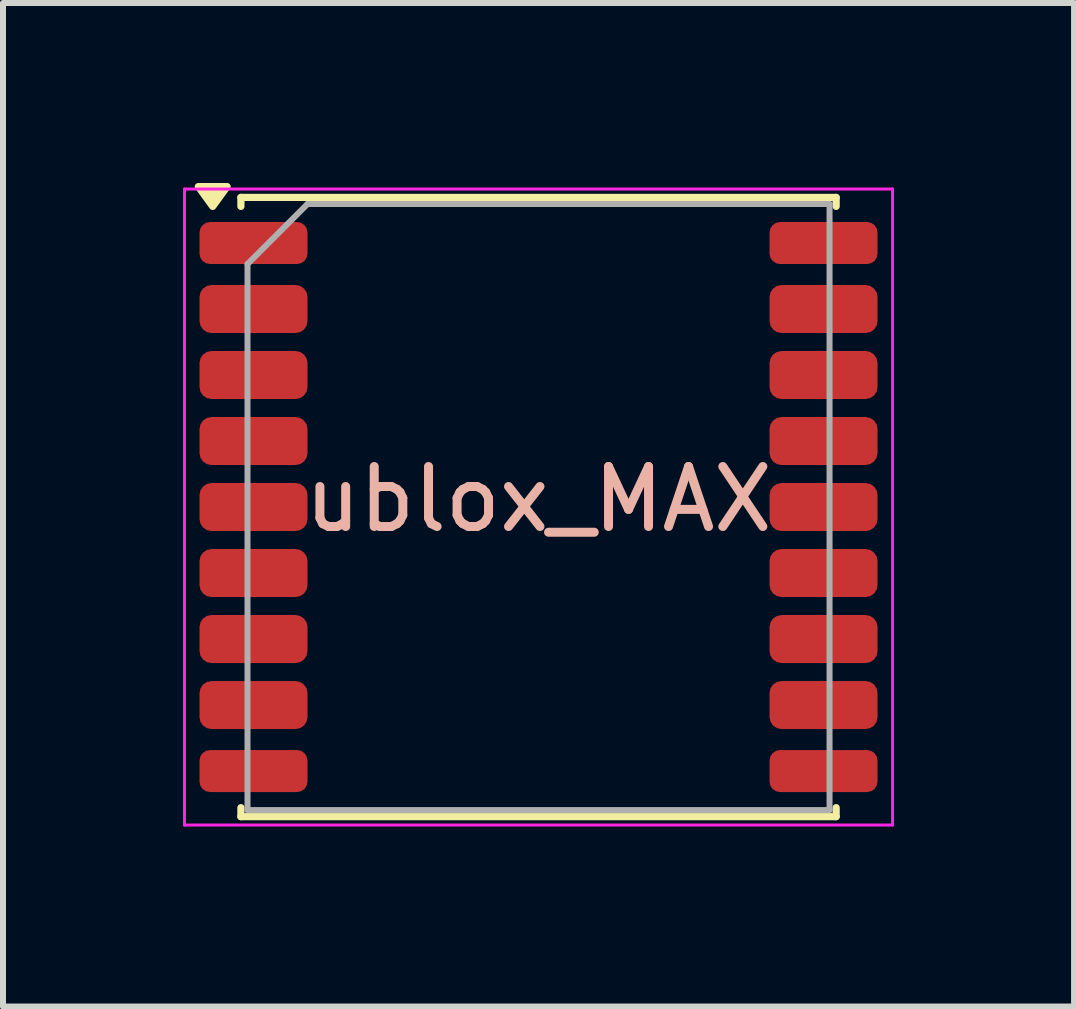
<source format=kicad_pcb>
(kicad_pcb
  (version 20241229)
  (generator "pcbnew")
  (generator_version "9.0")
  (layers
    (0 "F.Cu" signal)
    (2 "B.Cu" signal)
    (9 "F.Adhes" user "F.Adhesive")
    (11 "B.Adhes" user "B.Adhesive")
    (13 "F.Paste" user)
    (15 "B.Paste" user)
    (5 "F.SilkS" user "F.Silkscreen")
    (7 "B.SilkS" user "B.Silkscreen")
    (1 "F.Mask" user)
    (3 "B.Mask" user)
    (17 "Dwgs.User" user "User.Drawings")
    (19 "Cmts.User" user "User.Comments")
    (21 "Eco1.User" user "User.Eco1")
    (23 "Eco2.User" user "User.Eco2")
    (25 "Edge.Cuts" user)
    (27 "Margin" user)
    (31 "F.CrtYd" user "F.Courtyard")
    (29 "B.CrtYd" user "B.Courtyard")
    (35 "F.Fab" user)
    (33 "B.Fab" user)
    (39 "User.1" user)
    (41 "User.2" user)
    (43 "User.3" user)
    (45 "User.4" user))
  (footprint "ublox_MAX"
    (layer "F.Cu")
    (at 5.925 5.4)
    (property "Reference" "ublox_MAX" (at 0 -0.13 180) (layer "B.SilkS") (effects (font (size 1 1) (thickness 0.15))))
    (attr smd)
    (fp_line (start -4.96 -5.16) (end -4.96 -5.01) (stroke (width 0.12) (type solid)) (layer "F.SilkS"))
    (fp_line (start -4.96 -5.16) (end 4.96 -5.16) (stroke (width 0.12) (type solid)) (layer "F.SilkS"))
    (fp_line (start -4.96 5.01) (end -4.96 5.16) (stroke (width 0.12) (type solid)) (layer "F.SilkS"))
    (fp_line (start -4.96 5.16) (end 4.96 5.16) (stroke (width 0.12) (type solid)) (layer "F.SilkS"))
    (fp_line (start 4.96 -5.16) (end 4.96 -5.01) (stroke (width 0.12) (type solid)) (layer "F.SilkS"))
    (fp_line (start 4.96 5.01) (end 4.96 5.16) (stroke (width 0.12) (type solid)) (layer "F.SilkS"))
    (fp_poly (pts (xy -5.43 -5.01) (xy -5.67 -5.34) (xy -5.19 -5.34) (xy -5.43 -5.01)) (stroke (width 0.12) (type solid)) (fill yes) (layer "F.SilkS"))
    (fp_line (start -5.9 -5.3) (end -5.9 5.3) (stroke (width 0.05) (type solid)) (layer "F.CrtYd"))
    (fp_line (start -5.9 -5.3) (end 5.9 -5.3) (stroke (width 0.05) (type solid)) (layer "F.CrtYd"))
    (fp_line (start -5.9 5.3) (end 5.9 5.3) (stroke (width 0.05) (type solid)) (layer "F.CrtYd"))
    (fp_line (start 5.9 -5.3) (end 5.9 5.3) (stroke (width 0.05) (type solid)) (layer "F.CrtYd"))
    (fp_line (start -4.85 -4.05) (end -4.85 5.05) (stroke (width 0.1) (type solid)) (layer "F.Fab"))
    (fp_line (start -4.85 5.05) (end 4.85 5.05) (stroke (width 0.1) (type solid)) (layer "F.Fab"))
    (fp_line (start -3.85 -5.05) (end -4.85 -4.05) (stroke (width 0.1) (type solid)) (layer "F.Fab"))
    (fp_line (start -3.85 -5.05) (end 4.85 -5.05) (stroke (width 0.1) (type solid)) (layer "F.Fab"))
    (fp_line (start 4.85 -5.05) (end 4.85 5.05) (stroke (width 0.1) (type solid)) (layer "F.Fab"))
    (pad "1" smd roundrect (at -4.75 -4.4) (size 1.8 0.7) (layers "F.Cu" "F.Mask" "F.Paste") (roundrect_rratio 0.25))
    (pad "2" smd roundrect (at -4.75 -3.3) (size 1.8 0.8) (layers "F.Cu" "F.Mask" "F.Paste") (roundrect_rratio 0.25))
    (pad "3" smd roundrect (at -4.75 -2.2) (size 1.8 0.8) (layers "F.Cu" "F.Mask" "F.Paste") (roundrect_rratio 0.25))
    (pad "4" smd roundrect (at -4.75 -1.1) (size 1.8 0.8) (layers "F.Cu" "F.Mask" "F.Paste") (roundrect_rratio 0.25))
    (pad "5" smd roundrect (at -4.75 0) (size 1.8 0.8) (layers "F.Cu" "F.Mask" "F.Paste") (roundrect_rratio 0.25))
    (pad "6" smd roundrect (at -4.75 1.1) (size 1.8 0.8) (layers "F.Cu" "F.Mask" "F.Paste") (roundrect_rratio 0.25))
    (pad "7" smd roundrect (at -4.75 2.2) (size 1.8 0.8) (layers "F.Cu" "F.Mask" "F.Paste") (roundrect_rratio 0.25))
    (pad "8" smd roundrect (at -4.75 3.3) (size 1.8 0.8) (layers "F.Cu" "F.Mask" "F.Paste") (roundrect_rratio 0.25))
    (pad "9" smd roundrect (at -4.75 4.4) (size 1.8 0.7) (layers "F.Cu" "F.Mask" "F.Paste") (roundrect_rratio 0.25))
    (pad "10" smd roundrect (at 4.75 4.4) (size 1.8 0.7) (layers "F.Cu" "F.Mask" "F.Paste") (roundrect_rratio 0.25))
    (pad "11" smd roundrect (at 4.75 3.3) (size 1.8 0.8) (layers "F.Cu" "F.Mask" "F.Paste") (roundrect_rratio 0.25))
    (pad "12" smd roundrect (at 4.75 2.2) (size 1.8 0.8) (layers "F.Cu" "F.Mask" "F.Paste") (roundrect_rratio 0.25))
    (pad "13" smd roundrect (at 4.75 1.1) (size 1.8 0.8) (layers "F.Cu" "F.Mask" "F.Paste") (roundrect_rratio 0.25))
    (pad "14" smd roundrect (at 4.75 0) (size 1.8 0.8) (layers "F.Cu" "F.Mask" "F.Paste") (roundrect_rratio 0.25))
    (pad "15" smd roundrect (at 4.75 -1.1) (size 1.8 0.8) (layers "F.Cu" "F.Mask" "F.Paste") (roundrect_rratio 0.25))
    (pad "16" smd roundrect (at 4.75 -2.2) (size 1.8 0.8) (layers "F.Cu" "F.Mask" "F.Paste") (roundrect_rratio 0.25))
    (pad "17" smd roundrect (at 4.75 -3.3) (size 1.8 0.8) (layers "F.Cu" "F.Mask" "F.Paste") (roundrect_rratio 0.25))
    (pad "18" smd roundrect (at 4.75 -4.4) (size 1.8 0.7) (layers "F.Cu" "F.Mask" "F.Paste") (roundrect_rratio 0.25)))
  (gr_rect
    (start -3 -3)
    (end 14.85 13.725)
    (stroke (width 0.1) (type default))
    (fill no)
    (layer "Edge.Cuts")))
</source>
